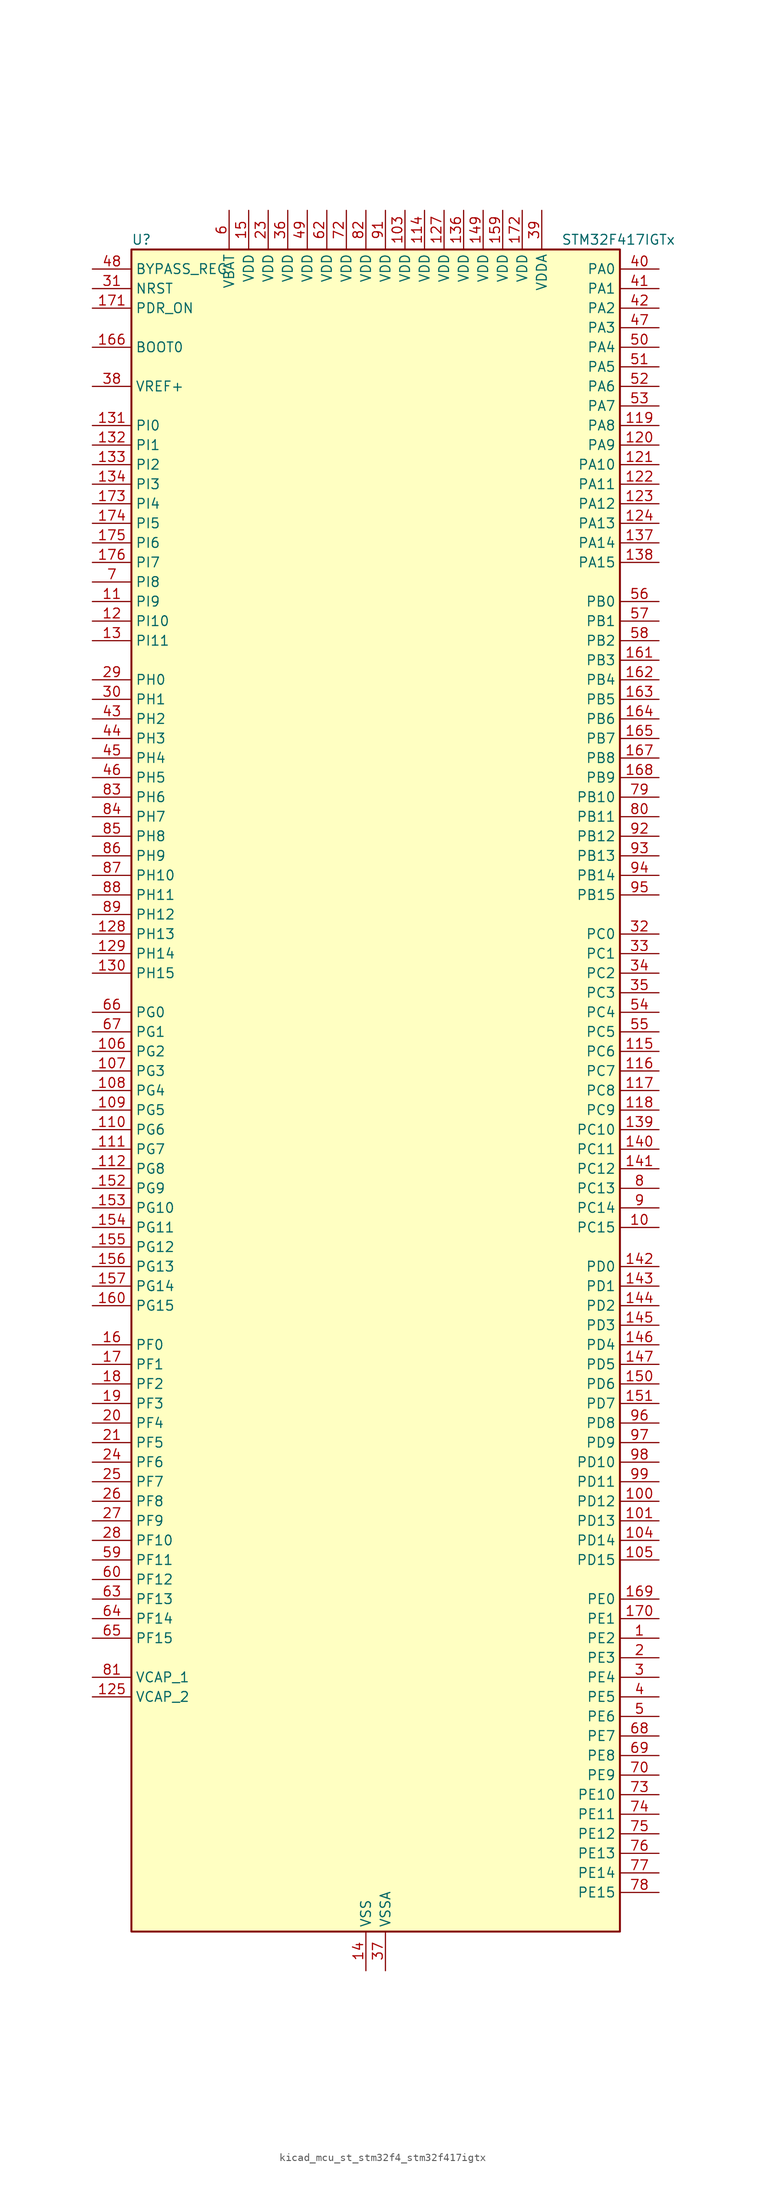
<source format=kicad_sym>
(kicad_symbol_lib
  (version 20220914)
  (generator kicad_symbol_editor)
  (symbol "kicad_mcu_st_stm32f4_stm32f417igtx"
    (property "Reference" "U"
      (at -30.48 110.49 0)
      (effects (font (size 1.27 1.27)) (justify left)))
    (property "Value" "STM32F417IGTx"
      (at 25.4 110.49 0)
      (effects (font (size 1.27 1.27)) (justify left)))
    (property "ki_locked" ""
      (at 0 0 0)
      (effects (font (size 1.27 1.27))))
    (symbol "kicad_mcu_st_stm32f4_stm32f417igtx_0_1"
      (rectangle (start -30.48 -109.22) (end 33.02 109.22) (stroke (width 0.254) (type default)) (fill (type background))))
    (symbol "kicad_mcu_st_stm32f4_stm32f417igtx_1_1"
      (pin bidirectional line (at 38.1 -71.12 180) (length 5.08) (name "PE2" (effects (font (size 1.27 1.27)))) (number "1" (effects (font (size 1.27 1.27)))) (alternate "ETH_TXD3" bidirectional line) (alternate "FSMC_A23" bidirectional line) (alternate "SYS_TRACECLK" bidirectional line))
      (pin bidirectional line (at 38.1 -17.78 180) (length 5.08) (name "PC15" (effects (font (size 1.27 1.27)))) (number "10" (effects (font (size 1.27 1.27)))) (alternate "ADC1_EXTI15" bidirectional line) (alternate "ADC2_EXTI15" bidirectional line) (alternate "ADC3_EXTI15" bidirectional line) (alternate "RCC_OSC32_OUT" bidirectional line))
      (pin bidirectional line (at 38.1 -53.34 180) (length 5.08) (name "PD12" (effects (font (size 1.27 1.27)))) (number "100" (effects (font (size 1.27 1.27)))) (alternate "FSMC_A17" bidirectional line) (alternate "FSMC_ALE" bidirectional line) (alternate "TIM4_CH1" bidirectional line) (alternate "USART3_RTS" bidirectional line))
      (pin bidirectional line (at 38.1 -55.88 180) (length 5.08) (name "PD13" (effects (font (size 1.27 1.27)))) (number "101" (effects (font (size 1.27 1.27)))) (alternate "FSMC_A18" bidirectional line) (alternate "TIM4_CH2" bidirectional line))
      (pin passive line (at 0 -114.3 90) (length 5.08) hide (name "VSS" (effects (font (size 1.27 1.27)))) (number "102" (effects (font (size 1.27 1.27)))))
      (pin power_in line (at 5.08 114.3 270) (length 5.08) (name "VDD" (effects (font (size 1.27 1.27)))) (number "103" (effects (font (size 1.27 1.27)))))
      (pin bidirectional line (at 38.1 -58.42 180) (length 5.08) (name "PD14" (effects (font (size 1.27 1.27)))) (number "104" (effects (font (size 1.27 1.27)))) (alternate "FSMC_D0" bidirectional line) (alternate "FSMC_DA0" bidirectional line) (alternate "TIM4_CH3" bidirectional line))
      (pin bidirectional line (at 38.1 -60.96 180) (length 5.08) (name "PD15" (effects (font (size 1.27 1.27)))) (number "105" (effects (font (size 1.27 1.27)))) (alternate "ADC1_EXTI15" bidirectional line) (alternate "ADC2_EXTI15" bidirectional line) (alternate "ADC3_EXTI15" bidirectional line) (alternate "FSMC_D1" bidirectional line) (alternate "FSMC_DA1" bidirectional line) (alternate "TIM4_CH4" bidirectional line))
      (pin bidirectional line (at -35.56 5.08 0) (length 5.08) (name "PG2" (effects (font (size 1.27 1.27)))) (number "106" (effects (font (size 1.27 1.27)))) (alternate "FSMC_A12" bidirectional line))
      (pin bidirectional line (at -35.56 2.54 0) (length 5.08) (name "PG3" (effects (font (size 1.27 1.27)))) (number "107" (effects (font (size 1.27 1.27)))) (alternate "FSMC_A13" bidirectional line))
      (pin bidirectional line (at -35.56 0 0) (length 5.08) (name "PG4" (effects (font (size 1.27 1.27)))) (number "108" (effects (font (size 1.27 1.27)))) (alternate "FSMC_A14" bidirectional line))
      (pin bidirectional line (at -35.56 -2.54 0) (length 5.08) (name "PG5" (effects (font (size 1.27 1.27)))) (number "109" (effects (font (size 1.27 1.27)))) (alternate "FSMC_A15" bidirectional line))
      (pin bidirectional line (at -35.56 63.5 0) (length 5.08) (name "PI9" (effects (font (size 1.27 1.27)))) (number "11" (effects (font (size 1.27 1.27)))) (alternate "CAN1_RX" bidirectional line) (alternate "DAC_EXTI9" bidirectional line))
      (pin bidirectional line (at -35.56 -5.08 0) (length 5.08) (name "PG6" (effects (font (size 1.27 1.27)))) (number "110" (effects (font (size 1.27 1.27)))) (alternate "FSMC_INT2" bidirectional line))
      (pin bidirectional line (at -35.56 -7.62 0) (length 5.08) (name "PG7" (effects (font (size 1.27 1.27)))) (number "111" (effects (font (size 1.27 1.27)))) (alternate "FSMC_INT3" bidirectional line) (alternate "USART6_CK" bidirectional line))
      (pin bidirectional line (at -35.56 -10.16 0) (length 5.08) (name "PG8" (effects (font (size 1.27 1.27)))) (number "112" (effects (font (size 1.27 1.27)))) (alternate "ETH_PPS_OUT" bidirectional line) (alternate "USART6_RTS" bidirectional line))
      (pin passive line (at 0 -114.3 90) (length 5.08) hide (name "VSS" (effects (font (size 1.27 1.27)))) (number "113" (effects (font (size 1.27 1.27)))))
      (pin power_in line (at 7.62 114.3 270) (length 5.08) (name "VDD" (effects (font (size 1.27 1.27)))) (number "114" (effects (font (size 1.27 1.27)))))
      (pin bidirectional line (at 38.1 5.08 180) (length 5.08) (name "PC6" (effects (font (size 1.27 1.27)))) (number "115" (effects (font (size 1.27 1.27)))) (alternate "DCMI_D0" bidirectional line) (alternate "I2S2_MCK" bidirectional line) (alternate "SDIO_D6" bidirectional line) (alternate "TIM3_CH1" bidirectional line) (alternate "TIM8_CH1" bidirectional line) (alternate "USART6_TX" bidirectional line))
      (pin bidirectional line (at 38.1 2.54 180) (length 5.08) (name "PC7" (effects (font (size 1.27 1.27)))) (number "116" (effects (font (size 1.27 1.27)))) (alternate "DCMI_D1" bidirectional line) (alternate "I2S3_MCK" bidirectional line) (alternate "SDIO_D7" bidirectional line) (alternate "TIM3_CH2" bidirectional line) (alternate "TIM8_CH2" bidirectional line) (alternate "USART6_RX" bidirectional line))
      (pin bidirectional line (at 38.1 0 180) (length 5.08) (name "PC8" (effects (font (size 1.27 1.27)))) (number "117" (effects (font (size 1.27 1.27)))) (alternate "DCMI_D2" bidirectional line) (alternate "SDIO_D0" bidirectional line) (alternate "TIM3_CH3" bidirectional line) (alternate "TIM8_CH3" bidirectional line) (alternate "USART6_CK" bidirectional line))
      (pin bidirectional line (at 38.1 -2.54 180) (length 5.08) (name "PC9" (effects (font (size 1.27 1.27)))) (number "118" (effects (font (size 1.27 1.27)))) (alternate "DAC_EXTI9" bidirectional line) (alternate "DCMI_D3" bidirectional line) (alternate "I2C3_SDA" bidirectional line) (alternate "I2S_CKIN" bidirectional line) (alternate "RCC_MCO_2" bidirectional line) (alternate "SDIO_D1" bidirectional line) (alternate "TIM3_CH4" bidirectional line) (alternate "TIM8_CH4" bidirectional line))
      (pin bidirectional line (at 38.1 86.36 180) (length 5.08) (name "PA8" (effects (font (size 1.27 1.27)))) (number "119" (effects (font (size 1.27 1.27)))) (alternate "I2C3_SCL" bidirectional line) (alternate "RCC_MCO_1" bidirectional line) (alternate "TIM1_CH1" bidirectional line) (alternate "USART1_CK" bidirectional line) (alternate "USB_OTG_FS_SOF" bidirectional line))
      (pin bidirectional line (at -35.56 60.96 0) (length 5.08) (name "PI10" (effects (font (size 1.27 1.27)))) (number "12" (effects (font (size 1.27 1.27)))) (alternate "ETH_RX_ER" bidirectional line))
      (pin bidirectional line (at 38.1 83.82 180) (length 5.08) (name "PA9" (effects (font (size 1.27 1.27)))) (number "120" (effects (font (size 1.27 1.27)))) (alternate "DAC_EXTI9" bidirectional line) (alternate "DCMI_D0" bidirectional line) (alternate "I2C3_SMBA" bidirectional line) (alternate "TIM1_CH2" bidirectional line) (alternate "USART1_TX" bidirectional line) (alternate "USB_OTG_FS_VBUS" bidirectional line))
      (pin bidirectional line (at 38.1 81.28 180) (length 5.08) (name "PA10" (effects (font (size 1.27 1.27)))) (number "121" (effects (font (size 1.27 1.27)))) (alternate "DCMI_D1" bidirectional line) (alternate "TIM1_CH3" bidirectional line) (alternate "USART1_RX" bidirectional line) (alternate "USB_OTG_FS_ID" bidirectional line))
      (pin bidirectional line (at 38.1 78.74 180) (length 5.08) (name "PA11" (effects (font (size 1.27 1.27)))) (number "122" (effects (font (size 1.27 1.27)))) (alternate "ADC1_EXTI11" bidirectional line) (alternate "ADC2_EXTI11" bidirectional line) (alternate "ADC3_EXTI11" bidirectional line) (alternate "CAN1_RX" bidirectional line) (alternate "TIM1_CH4" bidirectional line) (alternate "USART1_CTS" bidirectional line) (alternate "USB_OTG_FS_DM" bidirectional line))
      (pin bidirectional line (at 38.1 76.2 180) (length 5.08) (name "PA12" (effects (font (size 1.27 1.27)))) (number "123" (effects (font (size 1.27 1.27)))) (alternate "CAN1_TX" bidirectional line) (alternate "TIM1_ETR" bidirectional line) (alternate "USART1_RTS" bidirectional line) (alternate "USB_OTG_FS_DP" bidirectional line))
      (pin bidirectional line (at 38.1 73.66 180) (length 5.08) (name "PA13" (effects (font (size 1.27 1.27)))) (number "124" (effects (font (size 1.27 1.27)))) (alternate "SYS_JTMS-SWDIO" bidirectional line))
      (pin power_out line (at -35.56 -78.74 0) (length 5.08) (name "VCAP_2" (effects (font (size 1.27 1.27)))) (number "125" (effects (font (size 1.27 1.27)))))
      (pin passive line (at 0 -114.3 90) (length 5.08) hide (name "VSS" (effects (font (size 1.27 1.27)))) (number "126" (effects (font (size 1.27 1.27)))))
      (pin power_in line (at 10.16 114.3 270) (length 5.08) (name "VDD" (effects (font (size 1.27 1.27)))) (number "127" (effects (font (size 1.27 1.27)))))
      (pin bidirectional line (at -35.56 20.32 0) (length 5.08) (name "PH13" (effects (font (size 1.27 1.27)))) (number "128" (effects (font (size 1.27 1.27)))) (alternate "CAN1_TX" bidirectional line) (alternate "TIM8_CH1N" bidirectional line))
      (pin bidirectional line (at -35.56 17.78 0) (length 5.08) (name "PH14" (effects (font (size 1.27 1.27)))) (number "129" (effects (font (size 1.27 1.27)))) (alternate "DCMI_D4" bidirectional line) (alternate "TIM8_CH2N" bidirectional line))
      (pin bidirectional line (at -35.56 58.42 0) (length 5.08) (name "PI11" (effects (font (size 1.27 1.27)))) (number "13" (effects (font (size 1.27 1.27)))) (alternate "ADC1_EXTI11" bidirectional line) (alternate "ADC2_EXTI11" bidirectional line) (alternate "ADC3_EXTI11" bidirectional line) (alternate "USB_OTG_HS_ULPI_DIR" bidirectional line))
      (pin bidirectional line (at -35.56 15.24 0) (length 5.08) (name "PH15" (effects (font (size 1.27 1.27)))) (number "130" (effects (font (size 1.27 1.27)))) (alternate "ADC1_EXTI15" bidirectional line) (alternate "ADC2_EXTI15" bidirectional line) (alternate "ADC3_EXTI15" bidirectional line) (alternate "DCMI_D11" bidirectional line) (alternate "TIM8_CH3N" bidirectional line))
      (pin bidirectional line (at -35.56 86.36 0) (length 5.08) (name "PI0" (effects (font (size 1.27 1.27)))) (number "131" (effects (font (size 1.27 1.27)))) (alternate "DCMI_D13" bidirectional line) (alternate "I2S2_WS" bidirectional line) (alternate "SPI2_NSS" bidirectional line) (alternate "TIM5_CH4" bidirectional line))
      (pin bidirectional line (at -35.56 83.82 0) (length 5.08) (name "PI1" (effects (font (size 1.27 1.27)))) (number "132" (effects (font (size 1.27 1.27)))) (alternate "DCMI_D8" bidirectional line) (alternate "I2S2_CK" bidirectional line) (alternate "SPI2_SCK" bidirectional line))
      (pin bidirectional line (at -35.56 81.28 0) (length 5.08) (name "PI2" (effects (font (size 1.27 1.27)))) (number "133" (effects (font (size 1.27 1.27)))) (alternate "DCMI_D9" bidirectional line) (alternate "I2S2_ext_SD" bidirectional line) (alternate "SPI2_MISO" bidirectional line) (alternate "TIM8_CH4" bidirectional line))
      (pin bidirectional line (at -35.56 78.74 0) (length 5.08) (name "PI3" (effects (font (size 1.27 1.27)))) (number "134" (effects (font (size 1.27 1.27)))) (alternate "DCMI_D10" bidirectional line) (alternate "I2S2_SD" bidirectional line) (alternate "SPI2_MOSI" bidirectional line) (alternate "TIM8_ETR" bidirectional line))
      (pin passive line (at 0 -114.3 90) (length 5.08) hide (name "VSS" (effects (font (size 1.27 1.27)))) (number "135" (effects (font (size 1.27 1.27)))))
      (pin power_in line (at 12.7 114.3 270) (length 5.08) (name "VDD" (effects (font (size 1.27 1.27)))) (number "136" (effects (font (size 1.27 1.27)))))
      (pin bidirectional line (at 38.1 71.12 180) (length 5.08) (name "PA14" (effects (font (size 1.27 1.27)))) (number "137" (effects (font (size 1.27 1.27)))) (alternate "SYS_JTCK-SWCLK" bidirectional line))
      (pin bidirectional line (at 38.1 68.58 180) (length 5.08) (name "PA15" (effects (font (size 1.27 1.27)))) (number "138" (effects (font (size 1.27 1.27)))) (alternate "ADC1_EXTI15" bidirectional line) (alternate "ADC2_EXTI15" bidirectional line) (alternate "ADC3_EXTI15" bidirectional line) (alternate "I2S3_WS" bidirectional line) (alternate "SPI1_NSS" bidirectional line) (alternate "SPI3_NSS" bidirectional line) (alternate "SYS_JTDI" bidirectional line) (alternate "TIM2_CH1" bidirectional line) (alternate "TIM2_ETR" bidirectional line))
      (pin bidirectional line (at 38.1 -5.08 180) (length 5.08) (name "PC10" (effects (font (size 1.27 1.27)))) (number "139" (effects (font (size 1.27 1.27)))) (alternate "DCMI_D8" bidirectional line) (alternate "I2S3_CK" bidirectional line) (alternate "SDIO_D2" bidirectional line) (alternate "SPI3_SCK" bidirectional line) (alternate "UART4_TX" bidirectional line) (alternate "USART3_TX" bidirectional line))
      (pin power_in line (at 0 -114.3 90) (length 5.08) (name "VSS" (effects (font (size 1.27 1.27)))) (number "14" (effects (font (size 1.27 1.27)))))
      (pin bidirectional line (at 38.1 -7.62 180) (length 5.08) (name "PC11" (effects (font (size 1.27 1.27)))) (number "140" (effects (font (size 1.27 1.27)))) (alternate "ADC1_EXTI11" bidirectional line) (alternate "ADC2_EXTI11" bidirectional line) (alternate "ADC3_EXTI11" bidirectional line) (alternate "DCMI_D4" bidirectional line) (alternate "I2S3_ext_SD" bidirectional line) (alternate "SDIO_D3" bidirectional line) (alternate "SPI3_MISO" bidirectional line) (alternate "UART4_RX" bidirectional line) (alternate "USART3_RX" bidirectional line))
      (pin bidirectional line (at 38.1 -10.16 180) (length 5.08) (name "PC12" (effects (font (size 1.27 1.27)))) (number "141" (effects (font (size 1.27 1.27)))) (alternate "DCMI_D9" bidirectional line) (alternate "I2S3_SD" bidirectional line) (alternate "SDIO_CK" bidirectional line) (alternate "SPI3_MOSI" bidirectional line) (alternate "UART5_TX" bidirectional line) (alternate "USART3_CK" bidirectional line))
      (pin bidirectional line (at 38.1 -22.86 180) (length 5.08) (name "PD0" (effects (font (size 1.27 1.27)))) (number "142" (effects (font (size 1.27 1.27)))) (alternate "CAN1_RX" bidirectional line) (alternate "FSMC_D2" bidirectional line) (alternate "FSMC_DA2" bidirectional line))
      (pin bidirectional line (at 38.1 -25.4 180) (length 5.08) (name "PD1" (effects (font (size 1.27 1.27)))) (number "143" (effects (font (size 1.27 1.27)))) (alternate "CAN1_TX" bidirectional line) (alternate "FSMC_D3" bidirectional line) (alternate "FSMC_DA3" bidirectional line))
      (pin bidirectional line (at 38.1 -27.94 180) (length 5.08) (name "PD2" (effects (font (size 1.27 1.27)))) (number "144" (effects (font (size 1.27 1.27)))) (alternate "DCMI_D11" bidirectional line) (alternate "SDIO_CMD" bidirectional line) (alternate "TIM3_ETR" bidirectional line) (alternate "UART5_RX" bidirectional line))
      (pin bidirectional line (at 38.1 -30.48 180) (length 5.08) (name "PD3" (effects (font (size 1.27 1.27)))) (number "145" (effects (font (size 1.27 1.27)))) (alternate "FSMC_CLK" bidirectional line) (alternate "USART2_CTS" bidirectional line))
      (pin bidirectional line (at 38.1 -33.02 180) (length 5.08) (name "PD4" (effects (font (size 1.27 1.27)))) (number "146" (effects (font (size 1.27 1.27)))) (alternate "FSMC_NOE" bidirectional line) (alternate "USART2_RTS" bidirectional line))
      (pin bidirectional line (at 38.1 -35.56 180) (length 5.08) (name "PD5" (effects (font (size 1.27 1.27)))) (number "147" (effects (font (size 1.27 1.27)))) (alternate "FSMC_NWE" bidirectional line) (alternate "USART2_TX" bidirectional line))
      (pin passive line (at 0 -114.3 90) (length 5.08) hide (name "VSS" (effects (font (size 1.27 1.27)))) (number "148" (effects (font (size 1.27 1.27)))))
      (pin power_in line (at 15.24 114.3 270) (length 5.08) (name "VDD" (effects (font (size 1.27 1.27)))) (number "149" (effects (font (size 1.27 1.27)))))
      (pin power_in line (at -15.24 114.3 270) (length 5.08) (name "VDD" (effects (font (size 1.27 1.27)))) (number "15" (effects (font (size 1.27 1.27)))))
      (pin bidirectional line (at 38.1 -38.1 180) (length 5.08) (name "PD6" (effects (font (size 1.27 1.27)))) (number "150" (effects (font (size 1.27 1.27)))) (alternate "FSMC_NWAIT" bidirectional line) (alternate "USART2_RX" bidirectional line))
      (pin bidirectional line (at 38.1 -40.64 180) (length 5.08) (name "PD7" (effects (font (size 1.27 1.27)))) (number "151" (effects (font (size 1.27 1.27)))) (alternate "FSMC_NCE2" bidirectional line) (alternate "FSMC_NE1" bidirectional line) (alternate "USART2_CK" bidirectional line))
      (pin bidirectional line (at -35.56 -12.7 0) (length 5.08) (name "PG9" (effects (font (size 1.27 1.27)))) (number "152" (effects (font (size 1.27 1.27)))) (alternate "DAC_EXTI9" bidirectional line) (alternate "FSMC_NCE3" bidirectional line) (alternate "FSMC_NE2" bidirectional line) (alternate "USART6_RX" bidirectional line))
      (pin bidirectional line (at -35.56 -15.24 0) (length 5.08) (name "PG10" (effects (font (size 1.27 1.27)))) (number "153" (effects (font (size 1.27 1.27)))) (alternate "FSMC_NCE4_1" bidirectional line) (alternate "FSMC_NE3" bidirectional line))
      (pin bidirectional line (at -35.56 -17.78 0) (length 5.08) (name "PG11" (effects (font (size 1.27 1.27)))) (number "154" (effects (font (size 1.27 1.27)))) (alternate "ADC1_EXTI11" bidirectional line) (alternate "ADC2_EXTI11" bidirectional line) (alternate "ADC3_EXTI11" bidirectional line) (alternate "ETH_TX_EN" bidirectional line) (alternate "FSMC_NCE4_2" bidirectional line))
      (pin bidirectional line (at -35.56 -20.32 0) (length 5.08) (name "PG12" (effects (font (size 1.27 1.27)))) (number "155" (effects (font (size 1.27 1.27)))) (alternate "FSMC_NE4" bidirectional line) (alternate "USART6_RTS" bidirectional line))
      (pin bidirectional line (at -35.56 -22.86 0) (length 5.08) (name "PG13" (effects (font (size 1.27 1.27)))) (number "156" (effects (font (size 1.27 1.27)))) (alternate "ETH_TXD0" bidirectional line) (alternate "FSMC_A24" bidirectional line) (alternate "USART6_CTS" bidirectional line))
      (pin bidirectional line (at -35.56 -25.4 0) (length 5.08) (name "PG14" (effects (font (size 1.27 1.27)))) (number "157" (effects (font (size 1.27 1.27)))) (alternate "ETH_TXD1" bidirectional line) (alternate "FSMC_A25" bidirectional line) (alternate "USART6_TX" bidirectional line))
      (pin passive line (at 0 -114.3 90) (length 5.08) hide (name "VSS" (effects (font (size 1.27 1.27)))) (number "158" (effects (font (size 1.27 1.27)))))
      (pin power_in line (at 17.78 114.3 270) (length 5.08) (name "VDD" (effects (font (size 1.27 1.27)))) (number "159" (effects (font (size 1.27 1.27)))))
      (pin bidirectional line (at -35.56 -33.02 0) (length 5.08) (name "PF0" (effects (font (size 1.27 1.27)))) (number "16" (effects (font (size 1.27 1.27)))) (alternate "FSMC_A0" bidirectional line) (alternate "I2C2_SDA" bidirectional line))
      (pin bidirectional line (at -35.56 -27.94 0) (length 5.08) (name "PG15" (effects (font (size 1.27 1.27)))) (number "160" (effects (font (size 1.27 1.27)))) (alternate "ADC1_EXTI15" bidirectional line) (alternate "ADC2_EXTI15" bidirectional line) (alternate "ADC3_EXTI15" bidirectional line) (alternate "DCMI_D13" bidirectional line) (alternate "USART6_CTS" bidirectional line))
      (pin bidirectional line (at 38.1 55.88 180) (length 5.08) (name "PB3" (effects (font (size 1.27 1.27)))) (number "161" (effects (font (size 1.27 1.27)))) (alternate "I2S3_CK" bidirectional line) (alternate "SPI1_SCK" bidirectional line) (alternate "SPI3_SCK" bidirectional line) (alternate "SYS_JTDO-SWO" bidirectional line) (alternate "TIM2_CH2" bidirectional line))
      (pin bidirectional line (at 38.1 53.34 180) (length 5.08) (name "PB4" (effects (font (size 1.27 1.27)))) (number "162" (effects (font (size 1.27 1.27)))) (alternate "I2S3_ext_SD" bidirectional line) (alternate "SPI1_MISO" bidirectional line) (alternate "SPI3_MISO" bidirectional line) (alternate "SYS_JTRST" bidirectional line) (alternate "TIM3_CH1" bidirectional line))
      (pin bidirectional line (at 38.1 50.8 180) (length 5.08) (name "PB5" (effects (font (size 1.27 1.27)))) (number "163" (effects (font (size 1.27 1.27)))) (alternate "CAN2_RX" bidirectional line) (alternate "DCMI_D10" bidirectional line) (alternate "ETH_PPS_OUT" bidirectional line) (alternate "I2C1_SMBA" bidirectional line) (alternate "I2S3_SD" bidirectional line) (alternate "SPI1_MOSI" bidirectional line) (alternate "SPI3_MOSI" bidirectional line) (alternate "TIM3_CH2" bidirectional line) (alternate "USB_OTG_HS_ULPI_D7" bidirectional line))
      (pin bidirectional line (at 38.1 48.26 180) (length 5.08) (name "PB6" (effects (font (size 1.27 1.27)))) (number "164" (effects (font (size 1.27 1.27)))) (alternate "CAN2_TX" bidirectional line) (alternate "DCMI_D5" bidirectional line) (alternate "I2C1_SCL" bidirectional line) (alternate "TIM4_CH1" bidirectional line) (alternate "USART1_TX" bidirectional line))
      (pin bidirectional line (at 38.1 45.72 180) (length 5.08) (name "PB7" (effects (font (size 1.27 1.27)))) (number "165" (effects (font (size 1.27 1.27)))) (alternate "DCMI_VSYNC" bidirectional line) (alternate "FSMC_NL" bidirectional line) (alternate "I2C1_SDA" bidirectional line) (alternate "TIM4_CH2" bidirectional line) (alternate "USART1_RX" bidirectional line))
      (pin input line (at -35.56 96.52 0) (length 5.08) (name "BOOT0" (effects (font (size 1.27 1.27)))) (number "166" (effects (font (size 1.27 1.27)))))
      (pin bidirectional line (at 38.1 43.18 180) (length 5.08) (name "PB8" (effects (font (size 1.27 1.27)))) (number "167" (effects (font (size 1.27 1.27)))) (alternate "CAN1_RX" bidirectional line) (alternate "DCMI_D6" bidirectional line) (alternate "ETH_TXD3" bidirectional line) (alternate "I2C1_SCL" bidirectional line) (alternate "SDIO_D4" bidirectional line) (alternate "TIM10_CH1" bidirectional line) (alternate "TIM4_CH3" bidirectional line))
      (pin bidirectional line (at 38.1 40.64 180) (length 5.08) (name "PB9" (effects (font (size 1.27 1.27)))) (number "168" (effects (font (size 1.27 1.27)))) (alternate "CAN1_TX" bidirectional line) (alternate "DAC_EXTI9" bidirectional line) (alternate "DCMI_D7" bidirectional line) (alternate "I2C1_SDA" bidirectional line) (alternate "I2S2_WS" bidirectional line) (alternate "SDIO_D5" bidirectional line) (alternate "SPI2_NSS" bidirectional line) (alternate "TIM11_CH1" bidirectional line) (alternate "TIM4_CH4" bidirectional line))
      (pin bidirectional line (at 38.1 -66.04 180) (length 5.08) (name "PE0" (effects (font (size 1.27 1.27)))) (number "169" (effects (font (size 1.27 1.27)))) (alternate "DCMI_D2" bidirectional line) (alternate "FSMC_NBL0" bidirectional line) (alternate "TIM4_ETR" bidirectional line))
      (pin bidirectional line (at -35.56 -35.56 0) (length 5.08) (name "PF1" (effects (font (size 1.27 1.27)))) (number "17" (effects (font (size 1.27 1.27)))) (alternate "FSMC_A1" bidirectional line) (alternate "I2C2_SCL" bidirectional line))
      (pin bidirectional line (at 38.1 -68.58 180) (length 5.08) (name "PE1" (effects (font (size 1.27 1.27)))) (number "170" (effects (font (size 1.27 1.27)))) (alternate "DCMI_D3" bidirectional line) (alternate "FSMC_NBL1" bidirectional line))
      (pin input line (at -35.56 101.6 0) (length 5.08) (name "PDR_ON" (effects (font (size 1.27 1.27)))) (number "171" (effects (font (size 1.27 1.27)))))
      (pin power_in line (at 20.32 114.3 270) (length 5.08) (name "VDD" (effects (font (size 1.27 1.27)))) (number "172" (effects (font (size 1.27 1.27)))))
      (pin bidirectional line (at -35.56 76.2 0) (length 5.08) (name "PI4" (effects (font (size 1.27 1.27)))) (number "173" (effects (font (size 1.27 1.27)))) (alternate "DCMI_D5" bidirectional line) (alternate "TIM8_BKIN" bidirectional line))
      (pin bidirectional line (at -35.56 73.66 0) (length 5.08) (name "PI5" (effects (font (size 1.27 1.27)))) (number "174" (effects (font (size 1.27 1.27)))) (alternate "DCMI_VSYNC" bidirectional line) (alternate "TIM8_CH1" bidirectional line))
      (pin bidirectional line (at -35.56 71.12 0) (length 5.08) (name "PI6" (effects (font (size 1.27 1.27)))) (number "175" (effects (font (size 1.27 1.27)))) (alternate "DCMI_D6" bidirectional line) (alternate "TIM8_CH2" bidirectional line))
      (pin bidirectional line (at -35.56 68.58 0) (length 5.08) (name "PI7" (effects (font (size 1.27 1.27)))) (number "176" (effects (font (size 1.27 1.27)))) (alternate "DCMI_D7" bidirectional line) (alternate "TIM8_CH3" bidirectional line))
      (pin bidirectional line (at -35.56 -38.1 0) (length 5.08) (name "PF2" (effects (font (size 1.27 1.27)))) (number "18" (effects (font (size 1.27 1.27)))) (alternate "FSMC_A2" bidirectional line) (alternate "I2C2_SMBA" bidirectional line))
      (pin bidirectional line (at -35.56 -40.64 0) (length 5.08) (name "PF3" (effects (font (size 1.27 1.27)))) (number "19" (effects (font (size 1.27 1.27)))) (alternate "ADC3_IN9" bidirectional line) (alternate "FSMC_A3" bidirectional line))
      (pin bidirectional line (at 38.1 -73.66 180) (length 5.08) (name "PE3" (effects (font (size 1.27 1.27)))) (number "2" (effects (font (size 1.27 1.27)))) (alternate "FSMC_A19" bidirectional line) (alternate "SYS_TRACED0" bidirectional line))
      (pin bidirectional line (at -35.56 -43.18 0) (length 5.08) (name "PF4" (effects (font (size 1.27 1.27)))) (number "20" (effects (font (size 1.27 1.27)))) (alternate "ADC3_IN14" bidirectional line) (alternate "FSMC_A4" bidirectional line))
      (pin bidirectional line (at -35.56 -45.72 0) (length 5.08) (name "PF5" (effects (font (size 1.27 1.27)))) (number "21" (effects (font (size 1.27 1.27)))) (alternate "ADC3_IN15" bidirectional line) (alternate "FSMC_A5" bidirectional line))
      (pin passive line (at 0 -114.3 90) (length 5.08) hide (name "VSS" (effects (font (size 1.27 1.27)))) (number "22" (effects (font (size 1.27 1.27)))))
      (pin power_in line (at -12.7 114.3 270) (length 5.08) (name "VDD" (effects (font (size 1.27 1.27)))) (number "23" (effects (font (size 1.27 1.27)))))
      (pin bidirectional line (at -35.56 -48.26 0) (length 5.08) (name "PF6" (effects (font (size 1.27 1.27)))) (number "24" (effects (font (size 1.27 1.27)))) (alternate "ADC3_IN4" bidirectional line) (alternate "FSMC_NIORD" bidirectional line) (alternate "TIM10_CH1" bidirectional line))
      (pin bidirectional line (at -35.56 -50.8 0) (length 5.08) (name "PF7" (effects (font (size 1.27 1.27)))) (number "25" (effects (font (size 1.27 1.27)))) (alternate "ADC3_IN5" bidirectional line) (alternate "FSMC_NREG" bidirectional line) (alternate "TIM11_CH1" bidirectional line))
      (pin bidirectional line (at -35.56 -53.34 0) (length 5.08) (name "PF8" (effects (font (size 1.27 1.27)))) (number "26" (effects (font (size 1.27 1.27)))) (alternate "ADC3_IN6" bidirectional line) (alternate "FSMC_NIOWR" bidirectional line) (alternate "TIM13_CH1" bidirectional line))
      (pin bidirectional line (at -35.56 -55.88 0) (length 5.08) (name "PF9" (effects (font (size 1.27 1.27)))) (number "27" (effects (font (size 1.27 1.27)))) (alternate "ADC3_IN7" bidirectional line) (alternate "DAC_EXTI9" bidirectional line) (alternate "FSMC_CD" bidirectional line) (alternate "TIM14_CH1" bidirectional line))
      (pin bidirectional line (at -35.56 -58.42 0) (length 5.08) (name "PF10" (effects (font (size 1.27 1.27)))) (number "28" (effects (font (size 1.27 1.27)))) (alternate "ADC3_IN8" bidirectional line) (alternate "FSMC_INTR" bidirectional line))
      (pin bidirectional line (at -35.56 53.34 0) (length 5.08) (name "PH0" (effects (font (size 1.27 1.27)))) (number "29" (effects (font (size 1.27 1.27)))) (alternate "RCC_OSC_IN" bidirectional line))
      (pin bidirectional line (at 38.1 -76.2 180) (length 5.08) (name "PE4" (effects (font (size 1.27 1.27)))) (number "3" (effects (font (size 1.27 1.27)))) (alternate "DCMI_D4" bidirectional line) (alternate "FSMC_A20" bidirectional line) (alternate "SYS_TRACED1" bidirectional line))
      (pin bidirectional line (at -35.56 50.8 0) (length 5.08) (name "PH1" (effects (font (size 1.27 1.27)))) (number "30" (effects (font (size 1.27 1.27)))) (alternate "RCC_OSC_OUT" bidirectional line))
      (pin input line (at -35.56 104.14 0) (length 5.08) (name "NRST" (effects (font (size 1.27 1.27)))) (number "31" (effects (font (size 1.27 1.27)))))
      (pin bidirectional line (at 38.1 20.32 180) (length 5.08) (name "PC0" (effects (font (size 1.27 1.27)))) (number "32" (effects (font (size 1.27 1.27)))) (alternate "ADC1_IN10" bidirectional line) (alternate "ADC2_IN10" bidirectional line) (alternate "ADC3_IN10" bidirectional line) (alternate "USB_OTG_HS_ULPI_STP" bidirectional line))
      (pin bidirectional line (at 38.1 17.78 180) (length 5.08) (name "PC1" (effects (font (size 1.27 1.27)))) (number "33" (effects (font (size 1.27 1.27)))) (alternate "ADC1_IN11" bidirectional line) (alternate "ADC2_IN11" bidirectional line) (alternate "ADC3_IN11" bidirectional line) (alternate "ETH_MDC" bidirectional line))
      (pin bidirectional line (at 38.1 15.24 180) (length 5.08) (name "PC2" (effects (font (size 1.27 1.27)))) (number "34" (effects (font (size 1.27 1.27)))) (alternate "ADC1_IN12" bidirectional line) (alternate "ADC2_IN12" bidirectional line) (alternate "ADC3_IN12" bidirectional line) (alternate "ETH_TXD2" bidirectional line) (alternate "I2S2_ext_SD" bidirectional line) (alternate "SPI2_MISO" bidirectional line) (alternate "USB_OTG_HS_ULPI_DIR" bidirectional line))
      (pin bidirectional line (at 38.1 12.7 180) (length 5.08) (name "PC3" (effects (font (size 1.27 1.27)))) (number "35" (effects (font (size 1.27 1.27)))) (alternate "ADC1_IN13" bidirectional line) (alternate "ADC2_IN13" bidirectional line) (alternate "ADC3_IN13" bidirectional line) (alternate "ETH_TX_CLK" bidirectional line) (alternate "I2S2_SD" bidirectional line) (alternate "SPI2_MOSI" bidirectional line) (alternate "USB_OTG_HS_ULPI_NXT" bidirectional line))
      (pin power_in line (at -10.16 114.3 270) (length 5.08) (name "VDD" (effects (font (size 1.27 1.27)))) (number "36" (effects (font (size 1.27 1.27)))))
      (pin power_in line (at 2.54 -114.3 90) (length 5.08) (name "VSSA" (effects (font (size 1.27 1.27)))) (number "37" (effects (font (size 1.27 1.27)))))
      (pin input line (at -35.56 91.44 0) (length 5.08) (name "VREF+" (effects (font (size 1.27 1.27)))) (number "38" (effects (font (size 1.27 1.27)))))
      (pin power_in line (at 22.86 114.3 270) (length 5.08) (name "VDDA" (effects (font (size 1.27 1.27)))) (number "39" (effects (font (size 1.27 1.27)))))
      (pin bidirectional line (at 38.1 -78.74 180) (length 5.08) (name "PE5" (effects (font (size 1.27 1.27)))) (number "4" (effects (font (size 1.27 1.27)))) (alternate "DCMI_D6" bidirectional line) (alternate "FSMC_A21" bidirectional line) (alternate "SYS_TRACED2" bidirectional line) (alternate "TIM9_CH1" bidirectional line))
      (pin bidirectional line (at 38.1 106.68 180) (length 5.08) (name "PA0" (effects (font (size 1.27 1.27)))) (number "40" (effects (font (size 1.27 1.27)))) (alternate "ADC1_IN0" bidirectional line) (alternate "ADC2_IN0" bidirectional line) (alternate "ADC3_IN0" bidirectional line) (alternate "ETH_CRS" bidirectional line) (alternate "SYS_WKUP" bidirectional line) (alternate "TIM2_CH1" bidirectional line) (alternate "TIM2_ETR" bidirectional line) (alternate "TIM5_CH1" bidirectional line) (alternate "TIM8_ETR" bidirectional line) (alternate "UART4_TX" bidirectional line) (alternate "USART2_CTS" bidirectional line))
      (pin bidirectional line (at 38.1 104.14 180) (length 5.08) (name "PA1" (effects (font (size 1.27 1.27)))) (number "41" (effects (font (size 1.27 1.27)))) (alternate "ADC1_IN1" bidirectional line) (alternate "ADC2_IN1" bidirectional line) (alternate "ADC3_IN1" bidirectional line) (alternate "ETH_REF_CLK" bidirectional line) (alternate "ETH_RX_CLK" bidirectional line) (alternate "TIM2_CH2" bidirectional line) (alternate "TIM5_CH2" bidirectional line) (alternate "UART4_RX" bidirectional line) (alternate "USART2_RTS" bidirectional line))
      (pin bidirectional line (at 38.1 101.6 180) (length 5.08) (name "PA2" (effects (font (size 1.27 1.27)))) (number "42" (effects (font (size 1.27 1.27)))) (alternate "ADC1_IN2" bidirectional line) (alternate "ADC2_IN2" bidirectional line) (alternate "ADC3_IN2" bidirectional line) (alternate "ETH_MDIO" bidirectional line) (alternate "TIM2_CH3" bidirectional line) (alternate "TIM5_CH3" bidirectional line) (alternate "TIM9_CH1" bidirectional line) (alternate "USART2_TX" bidirectional line))
      (pin bidirectional line (at -35.56 48.26 0) (length 5.08) (name "PH2" (effects (font (size 1.27 1.27)))) (number "43" (effects (font (size 1.27 1.27)))) (alternate "ETH_CRS" bidirectional line))
      (pin bidirectional line (at -35.56 45.72 0) (length 5.08) (name "PH3" (effects (font (size 1.27 1.27)))) (number "44" (effects (font (size 1.27 1.27)))) (alternate "ETH_COL" bidirectional line))
      (pin bidirectional line (at -35.56 43.18 0) (length 5.08) (name "PH4" (effects (font (size 1.27 1.27)))) (number "45" (effects (font (size 1.27 1.27)))) (alternate "I2C2_SCL" bidirectional line) (alternate "USB_OTG_HS_ULPI_NXT" bidirectional line))
      (pin bidirectional line (at -35.56 40.64 0) (length 5.08) (name "PH5" (effects (font (size 1.27 1.27)))) (number "46" (effects (font (size 1.27 1.27)))) (alternate "I2C2_SDA" bidirectional line))
      (pin bidirectional line (at 38.1 99.06 180) (length 5.08) (name "PA3" (effects (font (size 1.27 1.27)))) (number "47" (effects (font (size 1.27 1.27)))) (alternate "ADC1_IN3" bidirectional line) (alternate "ADC2_IN3" bidirectional line) (alternate "ADC3_IN3" bidirectional line) (alternate "ETH_COL" bidirectional line) (alternate "TIM2_CH4" bidirectional line) (alternate "TIM5_CH4" bidirectional line) (alternate "TIM9_CH2" bidirectional line) (alternate "USART2_RX" bidirectional line) (alternate "USB_OTG_HS_ULPI_D0" bidirectional line))
      (pin input line (at -35.56 106.68 0) (length 5.08) (name "BYPASS_REG" (effects (font (size 1.27 1.27)))) (number "48" (effects (font (size 1.27 1.27)))))
      (pin power_in line (at -7.62 114.3 270) (length 5.08) (name "VDD" (effects (font (size 1.27 1.27)))) (number "49" (effects (font (size 1.27 1.27)))))
      (pin bidirectional line (at 38.1 -81.28 180) (length 5.08) (name "PE6" (effects (font (size 1.27 1.27)))) (number "5" (effects (font (size 1.27 1.27)))) (alternate "DCMI_D7" bidirectional line) (alternate "FSMC_A22" bidirectional line) (alternate "SYS_TRACED3" bidirectional line) (alternate "TIM9_CH2" bidirectional line))
      (pin bidirectional line (at 38.1 96.52 180) (length 5.08) (name "PA4" (effects (font (size 1.27 1.27)))) (number "50" (effects (font (size 1.27 1.27)))) (alternate "ADC1_IN4" bidirectional line) (alternate "ADC2_IN4" bidirectional line) (alternate "DAC_OUT1" bidirectional line) (alternate "DCMI_HSYNC" bidirectional line) (alternate "I2S3_WS" bidirectional line) (alternate "SPI1_NSS" bidirectional line) (alternate "SPI3_NSS" bidirectional line) (alternate "USART2_CK" bidirectional line) (alternate "USB_OTG_HS_SOF" bidirectional line))
      (pin bidirectional line (at 38.1 93.98 180) (length 5.08) (name "PA5" (effects (font (size 1.27 1.27)))) (number "51" (effects (font (size 1.27 1.27)))) (alternate "ADC1_IN5" bidirectional line) (alternate "ADC2_IN5" bidirectional line) (alternate "DAC_OUT2" bidirectional line) (alternate "SPI1_SCK" bidirectional line) (alternate "TIM2_CH1" bidirectional line) (alternate "TIM2_ETR" bidirectional line) (alternate "TIM8_CH1N" bidirectional line) (alternate "USB_OTG_HS_ULPI_CK" bidirectional line))
      (pin bidirectional line (at 38.1 91.44 180) (length 5.08) (name "PA6" (effects (font (size 1.27 1.27)))) (number "52" (effects (font (size 1.27 1.27)))) (alternate "ADC1_IN6" bidirectional line) (alternate "ADC2_IN6" bidirectional line) (alternate "DCMI_PIXCLK" bidirectional line) (alternate "SPI1_MISO" bidirectional line) (alternate "TIM13_CH1" bidirectional line) (alternate "TIM1_BKIN" bidirectional line) (alternate "TIM3_CH1" bidirectional line) (alternate "TIM8_BKIN" bidirectional line))
      (pin bidirectional line (at 38.1 88.9 180) (length 5.08) (name "PA7" (effects (font (size 1.27 1.27)))) (number "53" (effects (font (size 1.27 1.27)))) (alternate "ADC1_IN7" bidirectional line) (alternate "ADC2_IN7" bidirectional line) (alternate "ETH_CRS_DV" bidirectional line) (alternate "ETH_RX_DV" bidirectional line) (alternate "SPI1_MOSI" bidirectional line) (alternate "TIM14_CH1" bidirectional line) (alternate "TIM1_CH1N" bidirectional line) (alternate "TIM3_CH2" bidirectional line) (alternate "TIM8_CH1N" bidirectional line))
      (pin bidirectional line (at 38.1 10.16 180) (length 5.08) (name "PC4" (effects (font (size 1.27 1.27)))) (number "54" (effects (font (size 1.27 1.27)))) (alternate "ADC1_IN14" bidirectional line) (alternate "ADC2_IN14" bidirectional line) (alternate "ETH_RXD0" bidirectional line))
      (pin bidirectional line (at 38.1 7.62 180) (length 5.08) (name "PC5" (effects (font (size 1.27 1.27)))) (number "55" (effects (font (size 1.27 1.27)))) (alternate "ADC1_IN15" bidirectional line) (alternate "ADC2_IN15" bidirectional line) (alternate "ETH_RXD1" bidirectional line))
      (pin bidirectional line (at 38.1 63.5 180) (length 5.08) (name "PB0" (effects (font (size 1.27 1.27)))) (number "56" (effects (font (size 1.27 1.27)))) (alternate "ADC1_IN8" bidirectional line) (alternate "ADC2_IN8" bidirectional line) (alternate "ETH_RXD2" bidirectional line) (alternate "TIM1_CH2N" bidirectional line) (alternate "TIM3_CH3" bidirectional line) (alternate "TIM8_CH2N" bidirectional line) (alternate "USB_OTG_HS_ULPI_D1" bidirectional line))
      (pin bidirectional line (at 38.1 60.96 180) (length 5.08) (name "PB1" (effects (font (size 1.27 1.27)))) (number "57" (effects (font (size 1.27 1.27)))) (alternate "ADC1_IN9" bidirectional line) (alternate "ADC2_IN9" bidirectional line) (alternate "ETH_RXD3" bidirectional line) (alternate "TIM1_CH3N" bidirectional line) (alternate "TIM3_CH4" bidirectional line) (alternate "TIM8_CH3N" bidirectional line) (alternate "USB_OTG_HS_ULPI_D2" bidirectional line))
      (pin bidirectional line (at 38.1 58.42 180) (length 5.08) (name "PB2" (effects (font (size 1.27 1.27)))) (number "58" (effects (font (size 1.27 1.27)))))
      (pin bidirectional line (at -35.56 -60.96 0) (length 5.08) (name "PF11" (effects (font (size 1.27 1.27)))) (number "59" (effects (font (size 1.27 1.27)))) (alternate "ADC1_EXTI11" bidirectional line) (alternate "ADC2_EXTI11" bidirectional line) (alternate "ADC3_EXTI11" bidirectional line) (alternate "DCMI_D12" bidirectional line))
      (pin power_in line (at -17.78 114.3 270) (length 5.08) (name "VBAT" (effects (font (size 1.27 1.27)))) (number "6" (effects (font (size 1.27 1.27)))))
      (pin bidirectional line (at -35.56 -63.5 0) (length 5.08) (name "PF12" (effects (font (size 1.27 1.27)))) (number "60" (effects (font (size 1.27 1.27)))) (alternate "FSMC_A6" bidirectional line))
      (pin passive line (at 0 -114.3 90) (length 5.08) hide (name "VSS" (effects (font (size 1.27 1.27)))) (number "61" (effects (font (size 1.27 1.27)))))
      (pin power_in line (at -5.08 114.3 270) (length 5.08) (name "VDD" (effects (font (size 1.27 1.27)))) (number "62" (effects (font (size 1.27 1.27)))))
      (pin bidirectional line (at -35.56 -66.04 0) (length 5.08) (name "PF13" (effects (font (size 1.27 1.27)))) (number "63" (effects (font (size 1.27 1.27)))) (alternate "FSMC_A7" bidirectional line))
      (pin bidirectional line (at -35.56 -68.58 0) (length 5.08) (name "PF14" (effects (font (size 1.27 1.27)))) (number "64" (effects (font (size 1.27 1.27)))) (alternate "FSMC_A8" bidirectional line))
      (pin bidirectional line (at -35.56 -71.12 0) (length 5.08) (name "PF15" (effects (font (size 1.27 1.27)))) (number "65" (effects (font (size 1.27 1.27)))) (alternate "ADC1_EXTI15" bidirectional line) (alternate "ADC2_EXTI15" bidirectional line) (alternate "ADC3_EXTI15" bidirectional line) (alternate "FSMC_A9" bidirectional line))
      (pin bidirectional line (at -35.56 10.16 0) (length 5.08) (name "PG0" (effects (font (size 1.27 1.27)))) (number "66" (effects (font (size 1.27 1.27)))) (alternate "FSMC_A10" bidirectional line))
      (pin bidirectional line (at -35.56 7.62 0) (length 5.08) (name "PG1" (effects (font (size 1.27 1.27)))) (number "67" (effects (font (size 1.27 1.27)))) (alternate "FSMC_A11" bidirectional line))
      (pin bidirectional line (at 38.1 -83.82 180) (length 5.08) (name "PE7" (effects (font (size 1.27 1.27)))) (number "68" (effects (font (size 1.27 1.27)))) (alternate "FSMC_D4" bidirectional line) (alternate "FSMC_DA4" bidirectional line) (alternate "TIM1_ETR" bidirectional line))
      (pin bidirectional line (at 38.1 -86.36 180) (length 5.08) (name "PE8" (effects (font (size 1.27 1.27)))) (number "69" (effects (font (size 1.27 1.27)))) (alternate "FSMC_D5" bidirectional line) (alternate "FSMC_DA5" bidirectional line) (alternate "TIM1_CH1N" bidirectional line))
      (pin bidirectional line (at -35.56 66.04 0) (length 5.08) (name "PI8" (effects (font (size 1.27 1.27)))) (number "7" (effects (font (size 1.27 1.27)))) (alternate "RTC_AF2" bidirectional line))
      (pin bidirectional line (at 38.1 -88.9 180) (length 5.08) (name "PE9" (effects (font (size 1.27 1.27)))) (number "70" (effects (font (size 1.27 1.27)))) (alternate "DAC_EXTI9" bidirectional line) (alternate "FSMC_D6" bidirectional line) (alternate "FSMC_DA6" bidirectional line) (alternate "TIM1_CH1" bidirectional line))
      (pin passive line (at 0 -114.3 90) (length 5.08) hide (name "VSS" (effects (font (size 1.27 1.27)))) (number "71" (effects (font (size 1.27 1.27)))))
      (pin power_in line (at -2.54 114.3 270) (length 5.08) (name "VDD" (effects (font (size 1.27 1.27)))) (number "72" (effects (font (size 1.27 1.27)))))
      (pin bidirectional line (at 38.1 -91.44 180) (length 5.08) (name "PE10" (effects (font (size 1.27 1.27)))) (number "73" (effects (font (size 1.27 1.27)))) (alternate "FSMC_D7" bidirectional line) (alternate "FSMC_DA7" bidirectional line) (alternate "TIM1_CH2N" bidirectional line))
      (pin bidirectional line (at 38.1 -93.98 180) (length 5.08) (name "PE11" (effects (font (size 1.27 1.27)))) (number "74" (effects (font (size 1.27 1.27)))) (alternate "ADC1_EXTI11" bidirectional line) (alternate "ADC2_EXTI11" bidirectional line) (alternate "ADC3_EXTI11" bidirectional line) (alternate "FSMC_D8" bidirectional line) (alternate "FSMC_DA8" bidirectional line) (alternate "TIM1_CH2" bidirectional line))
      (pin bidirectional line (at 38.1 -96.52 180) (length 5.08) (name "PE12" (effects (font (size 1.27 1.27)))) (number "75" (effects (font (size 1.27 1.27)))) (alternate "FSMC_D9" bidirectional line) (alternate "FSMC_DA9" bidirectional line) (alternate "TIM1_CH3N" bidirectional line))
      (pin bidirectional line (at 38.1 -99.06 180) (length 5.08) (name "PE13" (effects (font (size 1.27 1.27)))) (number "76" (effects (font (size 1.27 1.27)))) (alternate "FSMC_D10" bidirectional line) (alternate "FSMC_DA10" bidirectional line) (alternate "TIM1_CH3" bidirectional line))
      (pin bidirectional line (at 38.1 -101.6 180) (length 5.08) (name "PE14" (effects (font (size 1.27 1.27)))) (number "77" (effects (font (size 1.27 1.27)))) (alternate "FSMC_D11" bidirectional line) (alternate "FSMC_DA11" bidirectional line) (alternate "TIM1_CH4" bidirectional line))
      (pin bidirectional line (at 38.1 -104.14 180) (length 5.08) (name "PE15" (effects (font (size 1.27 1.27)))) (number "78" (effects (font (size 1.27 1.27)))) (alternate "ADC1_EXTI15" bidirectional line) (alternate "ADC2_EXTI15" bidirectional line) (alternate "ADC3_EXTI15" bidirectional line) (alternate "FSMC_D12" bidirectional line) (alternate "FSMC_DA12" bidirectional line) (alternate "TIM1_BKIN" bidirectional line))
      (pin bidirectional line (at 38.1 38.1 180) (length 5.08) (name "PB10" (effects (font (size 1.27 1.27)))) (number "79" (effects (font (size 1.27 1.27)))) (alternate "ETH_RX_ER" bidirectional line) (alternate "I2C2_SCL" bidirectional line) (alternate "I2S2_CK" bidirectional line) (alternate "SPI2_SCK" bidirectional line) (alternate "TIM2_CH3" bidirectional line) (alternate "USART3_TX" bidirectional line) (alternate "USB_OTG_HS_ULPI_D3" bidirectional line))
      (pin bidirectional line (at 38.1 -12.7 180) (length 5.08) (name "PC13" (effects (font (size 1.27 1.27)))) (number "8" (effects (font (size 1.27 1.27)))) (alternate "RTC_AF1" bidirectional line))
      (pin bidirectional line (at 38.1 35.56 180) (length 5.08) (name "PB11" (effects (font (size 1.27 1.27)))) (number "80" (effects (font (size 1.27 1.27)))) (alternate "ADC1_EXTI11" bidirectional line) (alternate "ADC2_EXTI11" bidirectional line) (alternate "ADC3_EXTI11" bidirectional line) (alternate "ETH_TX_EN" bidirectional line) (alternate "I2C2_SDA" bidirectional line) (alternate "TIM2_CH4" bidirectional line) (alternate "USART3_RX" bidirectional line) (alternate "USB_OTG_HS_ULPI_D4" bidirectional line))
      (pin power_out line (at -35.56 -76.2 0) (length 5.08) (name "VCAP_1" (effects (font (size 1.27 1.27)))) (number "81" (effects (font (size 1.27 1.27)))))
      (pin power_in line (at 0 114.3 270) (length 5.08) (name "VDD" (effects (font (size 1.27 1.27)))) (number "82" (effects (font (size 1.27 1.27)))))
      (pin bidirectional line (at -35.56 38.1 0) (length 5.08) (name "PH6" (effects (font (size 1.27 1.27)))) (number "83" (effects (font (size 1.27 1.27)))) (alternate "ETH_RXD2" bidirectional line) (alternate "I2C2_SMBA" bidirectional line) (alternate "TIM12_CH1" bidirectional line))
      (pin bidirectional line (at -35.56 35.56 0) (length 5.08) (name "PH7" (effects (font (size 1.27 1.27)))) (number "84" (effects (font (size 1.27 1.27)))) (alternate "ETH_RXD3" bidirectional line) (alternate "I2C3_SCL" bidirectional line))
      (pin bidirectional line (at -35.56 33.02 0) (length 5.08) (name "PH8" (effects (font (size 1.27 1.27)))) (number "85" (effects (font (size 1.27 1.27)))) (alternate "DCMI_HSYNC" bidirectional line) (alternate "I2C3_SDA" bidirectional line))
      (pin bidirectional line (at -35.56 30.48 0) (length 5.08) (name "PH9" (effects (font (size 1.27 1.27)))) (number "86" (effects (font (size 1.27 1.27)))) (alternate "DAC_EXTI9" bidirectional line) (alternate "DCMI_D0" bidirectional line) (alternate "I2C3_SMBA" bidirectional line) (alternate "TIM12_CH2" bidirectional line))
      (pin bidirectional line (at -35.56 27.94 0) (length 5.08) (name "PH10" (effects (font (size 1.27 1.27)))) (number "87" (effects (font (size 1.27 1.27)))) (alternate "DCMI_D1" bidirectional line) (alternate "TIM5_CH1" bidirectional line))
      (pin bidirectional line (at -35.56 25.4 0) (length 5.08) (name "PH11" (effects (font (size 1.27 1.27)))) (number "88" (effects (font (size 1.27 1.27)))) (alternate "ADC1_EXTI11" bidirectional line) (alternate "ADC2_EXTI11" bidirectional line) (alternate "ADC3_EXTI11" bidirectional line) (alternate "DCMI_D2" bidirectional line) (alternate "TIM5_CH2" bidirectional line))
      (pin bidirectional line (at -35.56 22.86 0) (length 5.08) (name "PH12" (effects (font (size 1.27 1.27)))) (number "89" (effects (font (size 1.27 1.27)))) (alternate "DCMI_D3" bidirectional line) (alternate "TIM5_CH3" bidirectional line))
      (pin bidirectional line (at 38.1 -15.24 180) (length 5.08) (name "PC14" (effects (font (size 1.27 1.27)))) (number "9" (effects (font (size 1.27 1.27)))) (alternate "RCC_OSC32_IN" bidirectional line))
      (pin passive line (at 0 -114.3 90) (length 5.08) hide (name "VSS" (effects (font (size 1.27 1.27)))) (number "90" (effects (font (size 1.27 1.27)))))
      (pin power_in line (at 2.54 114.3 270) (length 5.08) (name "VDD" (effects (font (size 1.27 1.27)))) (number "91" (effects (font (size 1.27 1.27)))))
      (pin bidirectional line (at 38.1 33.02 180) (length 5.08) (name "PB12" (effects (font (size 1.27 1.27)))) (number "92" (effects (font (size 1.27 1.27)))) (alternate "CAN2_RX" bidirectional line) (alternate "ETH_TXD0" bidirectional line) (alternate "I2C2_SMBA" bidirectional line) (alternate "I2S2_WS" bidirectional line) (alternate "SPI2_NSS" bidirectional line) (alternate "TIM1_BKIN" bidirectional line) (alternate "USART3_CK" bidirectional line) (alternate "USB_OTG_HS_ID" bidirectional line) (alternate "USB_OTG_HS_ULPI_D5" bidirectional line))
      (pin bidirectional line (at 38.1 30.48 180) (length 5.08) (name "PB13" (effects (font (size 1.27 1.27)))) (number "93" (effects (font (size 1.27 1.27)))) (alternate "CAN2_TX" bidirectional line) (alternate "ETH_TXD1" bidirectional line) (alternate "I2S2_CK" bidirectional line) (alternate "SPI2_SCK" bidirectional line) (alternate "TIM1_CH1N" bidirectional line) (alternate "USART3_CTS" bidirectional line) (alternate "USB_OTG_HS_ULPI_D6" bidirectional line) (alternate "USB_OTG_HS_VBUS" bidirectional line))
      (pin bidirectional line (at 38.1 27.94 180) (length 5.08) (name "PB14" (effects (font (size 1.27 1.27)))) (number "94" (effects (font (size 1.27 1.27)))) (alternate "I2S2_ext_SD" bidirectional line) (alternate "SPI2_MISO" bidirectional line) (alternate "TIM12_CH1" bidirectional line) (alternate "TIM1_CH2N" bidirectional line) (alternate "TIM8_CH2N" bidirectional line) (alternate "USART3_RTS" bidirectional line) (alternate "USB_OTG_HS_DM" bidirectional line))
      (pin bidirectional line (at 38.1 25.4 180) (length 5.08) (name "PB15" (effects (font (size 1.27 1.27)))) (number "95" (effects (font (size 1.27 1.27)))) (alternate "ADC1_EXTI15" bidirectional line) (alternate "ADC2_EXTI15" bidirectional line) (alternate "ADC3_EXTI15" bidirectional line) (alternate "I2S2_SD" bidirectional line) (alternate "RTC_REFIN" bidirectional line) (alternate "SPI2_MOSI" bidirectional line) (alternate "TIM12_CH2" bidirectional line) (alternate "TIM1_CH3N" bidirectional line) (alternate "TIM8_CH3N" bidirectional line) (alternate "USB_OTG_HS_DP" bidirectional line))
      (pin bidirectional line (at 38.1 -43.18 180) (length 5.08) (name "PD8" (effects (font (size 1.27 1.27)))) (number "96" (effects (font (size 1.27 1.27)))) (alternate "FSMC_D13" bidirectional line) (alternate "FSMC_DA13" bidirectional line) (alternate "USART3_TX" bidirectional line))
      (pin bidirectional line (at 38.1 -45.72 180) (length 5.08) (name "PD9" (effects (font (size 1.27 1.27)))) (number "97" (effects (font (size 1.27 1.27)))) (alternate "DAC_EXTI9" bidirectional line) (alternate "FSMC_D14" bidirectional line) (alternate "FSMC_DA14" bidirectional line) (alternate "USART3_RX" bidirectional line))
      (pin bidirectional line (at 38.1 -48.26 180) (length 5.08) (name "PD10" (effects (font (size 1.27 1.27)))) (number "98" (effects (font (size 1.27 1.27)))) (alternate "FSMC_D15" bidirectional line) (alternate "FSMC_DA15" bidirectional line) (alternate "USART3_CK" bidirectional line))
      (pin bidirectional line (at 38.1 -50.8 180) (length 5.08) (name "PD11" (effects (font (size 1.27 1.27)))) (number "99" (effects (font (size 1.27 1.27)))) (alternate "ADC1_EXTI11" bidirectional line) (alternate "ADC2_EXTI11" bidirectional line) (alternate "ADC3_EXTI11" bidirectional line) (alternate "FSMC_A16" bidirectional line) (alternate "FSMC_CLE" bidirectional line) (alternate "USART3_CTS" bidirectional line)))))
</source>
